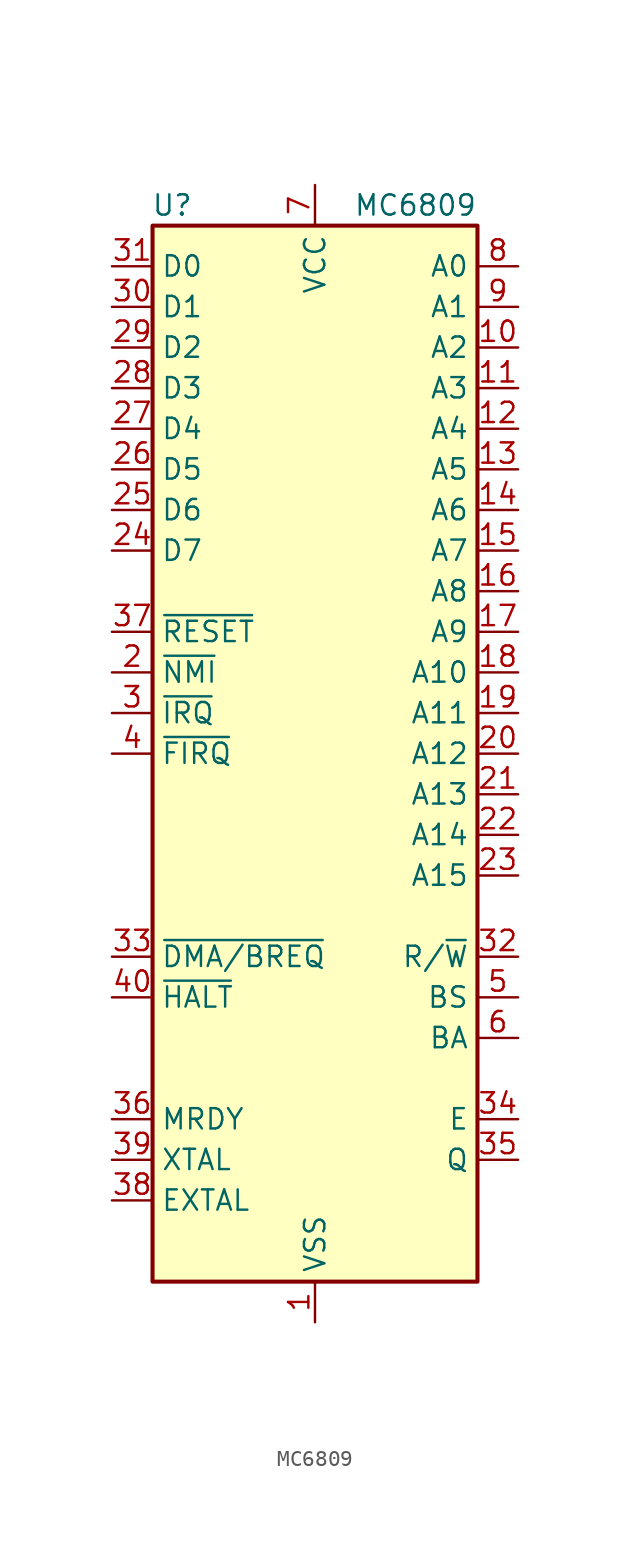
<source format=kicad_sym>
(kicad_symbol_lib
  (version 20201005)
  (generator kicad_symbol_editor)
  (symbol "MC6809"
    (property "Reference" "U"
      (at -7.62 34.29 0)
      (effects (font (size 1.27 1.27)) (justify right)))
    (property "Value" "MC6809"
      (at 10.16 34.29 0)
      (effects (font (size 1.27 1.27)) (justify right)))
    (symbol "MC6809_0_1"
      (rectangle (start -10.16 -33.02) (end 10.16 33.02) (stroke (width 0.254)) (fill (type background))))
    (symbol "MC6809_1_1"
      (pin power_in line (at 0 -35.56 90) (length 2.54) (name "VSS" (effects (font (size 1.27 1.27)))) (number "1" (effects (font (size 1.27 1.27)))))
      (pin output line (at 12.7 25.4 180) (length 2.54) (name "A2" (effects (font (size 1.27 1.27)))) (number "10" (effects (font (size 1.27 1.27)))))
      (pin output line (at 12.7 22.86 180) (length 2.54) (name "A3" (effects (font (size 1.27 1.27)))) (number "11" (effects (font (size 1.27 1.27)))))
      (pin output line (at 12.7 20.32 180) (length 2.54) (name "A4" (effects (font (size 1.27 1.27)))) (number "12" (effects (font (size 1.27 1.27)))))
      (pin output line (at 12.7 17.78 180) (length 2.54) (name "A5" (effects (font (size 1.27 1.27)))) (number "13" (effects (font (size 1.27 1.27)))))
      (pin output line (at 12.7 15.24 180) (length 2.54) (name "A6" (effects (font (size 1.27 1.27)))) (number "14" (effects (font (size 1.27 1.27)))))
      (pin output line (at 12.7 12.7 180) (length 2.54) (name "A7" (effects (font (size 1.27 1.27)))) (number "15" (effects (font (size 1.27 1.27)))))
      (pin output line (at 12.7 10.16 180) (length 2.54) (name "A8" (effects (font (size 1.27 1.27)))) (number "16" (effects (font (size 1.27 1.27)))))
      (pin output line (at 12.7 7.62 180) (length 2.54) (name "A9" (effects (font (size 1.27 1.27)))) (number "17" (effects (font (size 1.27 1.27)))))
      (pin output line (at 12.7 5.08 180) (length 2.54) (name "A10" (effects (font (size 1.27 1.27)))) (number "18" (effects (font (size 1.27 1.27)))))
      (pin output line (at 12.7 2.54 180) (length 2.54) (name "A11" (effects (font (size 1.27 1.27)))) (number "19" (effects (font (size 1.27 1.27)))))
      (pin input line (at -12.7 5.08 0) (length 2.54) (name "~NMI" (effects (font (size 1.27 1.27)))) (number "2" (effects (font (size 1.27 1.27)))))
      (pin output line (at 12.7 0 180) (length 2.54) (name "A12" (effects (font (size 1.27 1.27)))) (number "20" (effects (font (size 1.27 1.27)))))
      (pin output line (at 12.7 -2.54 180) (length 2.54) (name "A13" (effects (font (size 1.27 1.27)))) (number "21" (effects (font (size 1.27 1.27)))))
      (pin output line (at 12.7 -5.08 180) (length 2.54) (name "A14" (effects (font (size 1.27 1.27)))) (number "22" (effects (font (size 1.27 1.27)))))
      (pin output line (at 12.7 -7.62 180) (length 2.54) (name "A15" (effects (font (size 1.27 1.27)))) (number "23" (effects (font (size 1.27 1.27)))))
      (pin bidirectional line (at -12.7 12.7 0) (length 2.54) (name "D7" (effects (font (size 1.27 1.27)))) (number "24" (effects (font (size 1.27 1.27)))))
      (pin bidirectional line (at -12.7 15.24 0) (length 2.54) (name "D6" (effects (font (size 1.27 1.27)))) (number "25" (effects (font (size 1.27 1.27)))))
      (pin bidirectional line (at -12.7 17.78 0) (length 2.54) (name "D5" (effects (font (size 1.27 1.27)))) (number "26" (effects (font (size 1.27 1.27)))))
      (pin bidirectional line (at -12.7 20.32 0) (length 2.54) (name "D4" (effects (font (size 1.27 1.27)))) (number "27" (effects (font (size 1.27 1.27)))))
      (pin bidirectional line (at -12.7 22.86 0) (length 2.54) (name "D3" (effects (font (size 1.27 1.27)))) (number "28" (effects (font (size 1.27 1.27)))))
      (pin bidirectional line (at -12.7 25.4 0) (length 2.54) (name "D2" (effects (font (size 1.27 1.27)))) (number "29" (effects (font (size 1.27 1.27)))))
      (pin input line (at -12.7 2.54 0) (length 2.54) (name "~IRQ" (effects (font (size 1.27 1.27)))) (number "3" (effects (font (size 1.27 1.27)))))
      (pin bidirectional line (at -12.7 27.94 0) (length 2.54) (name "D1" (effects (font (size 1.27 1.27)))) (number "30" (effects (font (size 1.27 1.27)))))
      (pin bidirectional line (at -12.7 30.48 0) (length 2.54) (name "D0" (effects (font (size 1.27 1.27)))) (number "31" (effects (font (size 1.27 1.27)))))
      (pin output line (at 12.7 -12.7 180) (length 2.54) (name "R/~W" (effects (font (size 1.27 1.27)))) (number "32" (effects (font (size 1.27 1.27)))))
      (pin input line (at -12.7 -12.7 0) (length 2.54) (name "~DMA/BREQ" (effects (font (size 1.27 1.27)))) (number "33" (effects (font (size 1.27 1.27)))))
      (pin output line (at 12.7 -22.86 180) (length 2.54) (name "E" (effects (font (size 1.27 1.27)))) (number "34" (effects (font (size 1.27 1.27)))))
      (pin output line (at 12.7 -25.4 180) (length 2.54) (name "Q" (effects (font (size 1.27 1.27)))) (number "35" (effects (font (size 1.27 1.27)))))
      (pin input line (at -12.7 -22.86 0) (length 2.54) (name "MRDY" (effects (font (size 1.27 1.27)))) (number "36" (effects (font (size 1.27 1.27)))))
      (pin input line (at -12.7 7.62 0) (length 2.54) (name "~RESET" (effects (font (size 1.27 1.27)))) (number "37" (effects (font (size 1.27 1.27)))))
      (pin input line (at -12.7 -27.94 0) (length 2.54) (name "EXTAL" (effects (font (size 1.27 1.27)))) (number "38" (effects (font (size 1.27 1.27)))))
      (pin input line (at -12.7 -25.4 0) (length 2.54) (name "XTAL" (effects (font (size 1.27 1.27)))) (number "39" (effects (font (size 1.27 1.27)))))
      (pin input line (at -12.7 0 0) (length 2.54) (name "~FIRQ" (effects (font (size 1.27 1.27)))) (number "4" (effects (font (size 1.27 1.27)))))
      (pin input line (at -12.7 -15.24 0) (length 2.54) (name "~HALT" (effects (font (size 1.27 1.27)))) (number "40" (effects (font (size 1.27 1.27)))))
      (pin output line (at 12.7 -15.24 180) (length 2.54) (name "BS" (effects (font (size 1.27 1.27)))) (number "5" (effects (font (size 1.27 1.27)))))
      (pin output line (at 12.7 -17.78 180) (length 2.54) (name "BA" (effects (font (size 1.27 1.27)))) (number "6" (effects (font (size 1.27 1.27)))))
      (pin power_in line (at 0 35.56 270) (length 2.54) (name "VCC" (effects (font (size 1.27 1.27)))) (number "7" (effects (font (size 1.27 1.27)))))
      (pin output line (at 12.7 30.48 180) (length 2.54) (name "A0" (effects (font (size 1.27 1.27)))) (number "8" (effects (font (size 1.27 1.27)))))
      (pin output line (at 12.7 27.94 180) (length 2.54) (name "A1" (effects (font (size 1.27 1.27)))) (number "9" (effects (font (size 1.27 1.27))))))))
</source>
